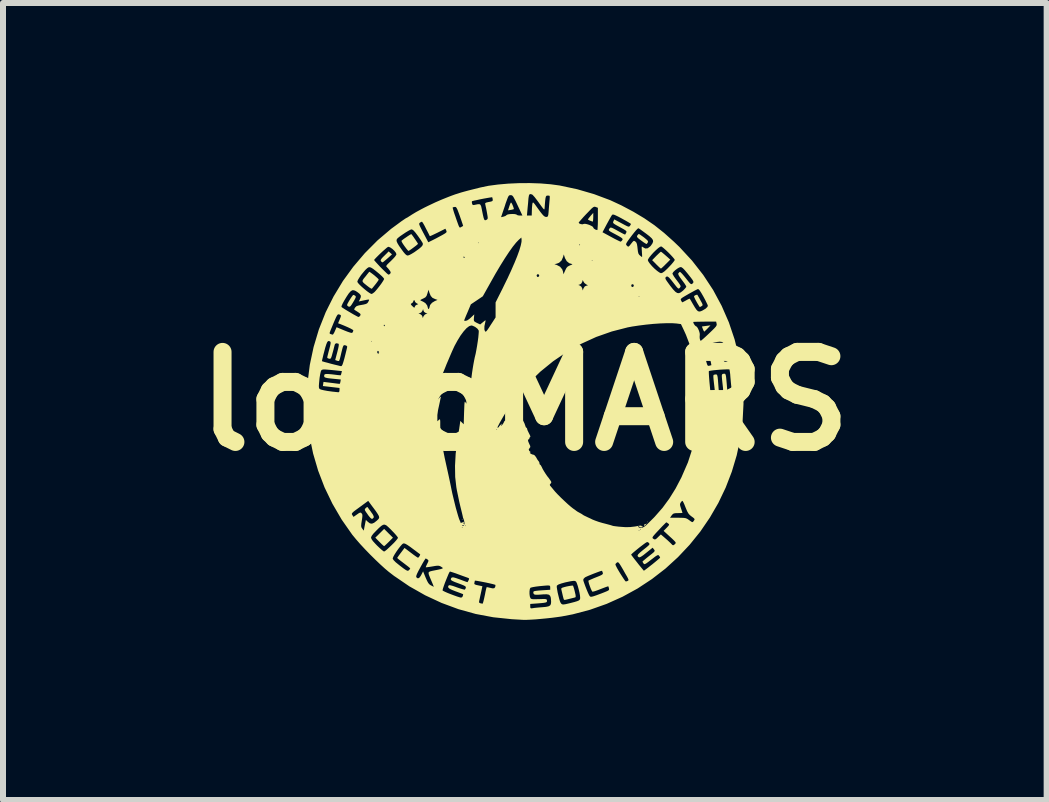
<source format=kicad_pcb>
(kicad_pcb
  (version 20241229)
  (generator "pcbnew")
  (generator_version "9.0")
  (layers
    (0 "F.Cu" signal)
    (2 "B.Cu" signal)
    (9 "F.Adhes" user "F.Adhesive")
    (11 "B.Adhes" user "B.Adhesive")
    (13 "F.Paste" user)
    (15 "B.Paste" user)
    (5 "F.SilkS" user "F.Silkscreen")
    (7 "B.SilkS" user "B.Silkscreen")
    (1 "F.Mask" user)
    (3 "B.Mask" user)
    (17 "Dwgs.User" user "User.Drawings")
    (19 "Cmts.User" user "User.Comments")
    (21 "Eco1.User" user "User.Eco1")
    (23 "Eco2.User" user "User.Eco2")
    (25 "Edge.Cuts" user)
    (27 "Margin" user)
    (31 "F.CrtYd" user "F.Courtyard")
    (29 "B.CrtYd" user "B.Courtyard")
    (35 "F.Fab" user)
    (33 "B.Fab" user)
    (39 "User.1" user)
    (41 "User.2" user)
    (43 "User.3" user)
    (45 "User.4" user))
  (footprint "logoMARS"
    (layer "F.Cu")
    (at 5.693 3.634)
    (property "Reference" "logoMARS" (at 0 0 0) (layer "F.SilkS") (effects (font (size 1.5 1.5) (thickness 0.3))))
    (attr board_only exclude_from_pos_files exclude_from_bom)
    (fp_poly (pts (xy -2.434 -0.807) (xy -2.44 -0.801) (xy -2.446 -0.807) (xy -2.44 -0.813)) (stroke (width 0) (type solid)) (fill yes) (layer "F.SilkS"))
    (fp_poly (pts (xy -1.332 -0.41) (xy -1.339 -0.403) (xy -1.345 -0.41) (xy -1.339 -0.416)) (stroke (width 0) (type solid)) (fill yes) (layer "F.SilkS"))
    (fp_poly (pts (xy -1.038 1.973) (xy -1.044 1.979) (xy -1.05 1.973) (xy -1.044 1.966)) (stroke (width 0) (type solid)) (fill yes) (layer "F.SilkS"))
    (fp_poly (pts (xy -0.436 0.436) (xy -0.442 0.442) (xy -0.448 0.436) (xy -0.442 0.429)) (stroke (width 0) (type solid)) (fill yes) (layer "F.SilkS"))
    (fp_poly (pts (xy -0.269 0.295) (xy -0.275 0.301) (xy -0.282 0.295) (xy -0.275 0.288)) (stroke (width 0) (type solid)) (fill yes) (layer "F.SilkS"))
    (fp_poly (pts (xy 2.049 2.011) (xy 2.043 2.017) (xy 2.037 2.011) (xy 2.043 2.005)) (stroke (width 0) (type solid)) (fill yes) (layer "F.SilkS"))
    (fp_poly (pts (xy 2.022 2.049) (xy 2.019 2.053) (xy 1.999 2.075) (xy 1.991 2.079) (xy 1.99 2.067) (xy 1.99 2.062) (xy 1.993 2.049) (xy 1.996 2.049) (xy 2.01 2.048) (xy 2.023 2.04) (xy 2.031 2.036)) (stroke (width 0) (type solid)) (fill yes) (layer "F.SilkS"))
    (fp_poly (pts (xy 1.14 -3.065) (xy 1.138 -3.025) (xy 1.135 -2.999) (xy 1.13 -2.992) (xy 1.113 -2.998) (xy 1.086 -3.008) (xy 1.061 -3.02) (xy 1.051 -3.029) (xy 1.059 -3.041) (xy 1.079 -3.067) (xy 1.095 -3.087) (xy 1.14 -3.138)) (stroke (width 0) (type solid)) (fill yes) (layer "F.SilkS"))
    (fp_poly (pts (xy -2.271 2.2) (xy -2.197 2.273) (xy -2.267 2.344) (xy -2.301 2.377) (xy -2.328 2.402) (xy -2.343 2.414) (xy -2.344 2.414) (xy -2.356 2.406) (xy -2.381 2.384) (xy -2.413 2.352) (xy -2.421 2.344) (xy -2.491 2.273) (xy -2.417 2.2) (xy -2.344 2.127)) (stroke (width 0) (type solid)) (fill yes) (layer "F.SilkS"))
    (fp_poly (pts (xy -0.22 -3.3) (xy -0.207 -3.275) (xy -0.194 -3.243) (xy -0.185 -3.215) (xy -0.183 -3.2) (xy -0.184 -3.2) (xy -0.199 -3.195) (xy -0.229 -3.188) (xy -0.235 -3.187) (xy -0.28 -3.18) (xy -0.259 -3.245) (xy -0.246 -3.282) (xy -0.235 -3.306) (xy -0.23 -3.311)) (stroke (width 0) (type solid)) (fill yes) (layer "F.SilkS"))
    (fp_poly (pts (xy 3.043 -1.211) (xy 3.015 -1.183) (xy 2.995 -1.164) (xy 2.988 -1.159) (xy 2.981 -1.17) (xy 2.969 -1.195) (xy 2.967 -1.201) (xy 2.956 -1.229) (xy 2.951 -1.244) (xy 2.951 -1.244) (xy 2.963 -1.247) (xy 2.994 -1.251) (xy 3.023 -1.255) (xy 3.093 -1.264)) (stroke (width 0) (type solid)) (fill yes) (layer "F.SilkS"))
    (fp_poly (pts (xy -2.241 -2.471) (xy -2.213 -2.446) (xy -2.288 -2.379) (xy -2.324 -2.348) (xy -2.353 -2.324) (xy -2.37 -2.313) (xy -2.371 -2.312) (xy -2.385 -2.321) (xy -2.396 -2.332) (xy -2.402 -2.345) (xy -2.397 -2.36) (xy -2.38 -2.384) (xy -2.346 -2.419) (xy -2.34 -2.424) (xy -2.268 -2.496)) (stroke (width 0) (type solid)) (fill yes) (layer "F.SilkS"))
    (fp_poly (pts (xy -2.613 1.774) (xy -2.593 1.802) (xy -2.566 1.838) (xy -2.563 1.843) (xy -2.532 1.887) (xy -2.518 1.916) (xy -2.517 1.935) (xy -2.519 1.939) (xy -2.535 1.957) (xy -2.552 1.959) (xy -2.573 1.943) (xy -2.603 1.907) (xy -2.617 1.887) (xy -2.646 1.846) (xy -2.662 1.82) (xy -2.666 1.804) (xy -2.661 1.792) (xy -2.651 1.781) (xy -2.632 1.765) (xy -2.622 1.762)) (stroke (width 0) (type solid)) (fill yes) (layer "F.SilkS"))
    (fp_poly (pts (xy 2.28 -2.483) (xy 2.306 -2.462) (xy 2.341 -2.432) (xy 2.349 -2.425) (xy 2.423 -2.359) (xy 2.349 -2.285) (xy 2.314 -2.25) (xy 2.286 -2.224) (xy 2.269 -2.21) (xy 2.267 -2.21) (xy 2.255 -2.218) (xy 2.231 -2.24) (xy 2.198 -2.272) (xy 2.19 -2.28) (xy 2.121 -2.35) (xy 2.19 -2.421) (xy 2.224 -2.454) (xy 2.251 -2.479) (xy 2.266 -2.491) (xy 2.267 -2.491)) (stroke (width 0) (type solid)) (fill yes) (layer "F.SilkS"))
    (fp_poly (pts (xy -2.842 -1.767) (xy -2.827 -1.758) (xy -2.817 -1.748) (xy -2.816 -1.734) (xy -2.825 -1.712) (xy -2.845 -1.674) (xy -2.854 -1.66) (xy -2.883 -1.612) (xy -2.904 -1.584) (xy -2.921 -1.574) (xy -2.937 -1.577) (xy -2.949 -1.585) (xy -2.959 -1.595) (xy -2.96 -1.609) (xy -2.95 -1.632) (xy -2.929 -1.669) (xy -2.92 -1.684) (xy -2.894 -1.725) (xy -2.873 -1.755) (xy -2.86 -1.77) (xy -2.859 -1.771)) (stroke (width 0) (type solid)) (fill yes) (layer "F.SilkS"))
    (fp_poly (pts (xy 1.914 -2.779) (xy 1.943 -2.759) (xy 1.981 -2.732) (xy 1.986 -2.728) (xy 2.025 -2.696) (xy 2.046 -2.675) (xy 2.053 -2.66) (xy 2.049 -2.645) (xy 2.049 -2.644) (xy 2.034 -2.624) (xy 2.026 -2.619) (xy 2.011 -2.627) (xy 1.982 -2.645) (xy 1.945 -2.672) (xy 1.937 -2.678) (xy 1.897 -2.708) (xy 1.875 -2.729) (xy 1.868 -2.744) (xy 1.871 -2.757) (xy 1.874 -2.761) (xy 1.89 -2.781) (xy 1.9 -2.786)) (stroke (width 0) (type solid)) (fill yes) (layer "F.SilkS"))
    (fp_poly (pts (xy 2.875 -1.772) (xy 2.882 -1.759) (xy 2.899 -1.73) (xy 2.921 -1.691) (xy 2.924 -1.684) (xy 2.948 -1.641) (xy 2.96 -1.615) (xy 2.961 -1.6) (xy 2.954 -1.59) (xy 2.946 -1.585) (xy 2.924 -1.572) (xy 2.915 -1.569) (xy 2.907 -1.579) (xy 2.89 -1.607) (xy 2.867 -1.645) (xy 2.864 -1.651) (xy 2.841 -1.693) (xy 2.825 -1.727) (xy 2.818 -1.746) (xy 2.818 -1.746) (xy 2.828 -1.759) (xy 2.849 -1.77) (xy 2.869 -1.774)) (stroke (width 0) (type solid)) (fill yes) (layer "F.SilkS"))
    (fp_poly (pts (xy -2.581 -2.152) (xy -2.557 -2.135) (xy -2.525 -2.111) (xy -2.491 -2.083) (xy -2.46 -2.056) (xy -2.44 -2.036) (xy -2.434 -2.027) (xy -2.442 -2.01) (xy -2.467 -1.975) (xy -2.508 -1.923) (xy -2.548 -1.874) (xy -2.561 -1.877) (xy -2.587 -1.893) (xy -2.619 -1.917) (xy -2.665 -1.953) (xy -2.693 -1.979) (xy -2.704 -1.998) (xy -2.7 -2.018) (xy -2.682 -2.045) (xy -2.656 -2.076) (xy -2.627 -2.113) (xy -2.604 -2.141) (xy -2.593 -2.156) (xy -2.592 -2.157)) (stroke (width 0) (type solid)) (fill yes) (layer "F.SilkS"))
    (fp_poly (pts (xy -1.862 -2.747) (xy -1.834 -2.706) (xy -1.808 -2.668) (xy -1.789 -2.639) (xy -1.78 -2.623) (xy -1.78 -2.622) (xy -1.79 -2.611) (xy -1.815 -2.59) (xy -1.848 -2.565) (xy -1.883 -2.539) (xy -1.915 -2.517) (xy -1.936 -2.505) (xy -1.94 -2.504) (xy -1.95 -2.514) (xy -1.971 -2.539) (xy -1.998 -2.575) (xy -2.004 -2.583) (xy -2.031 -2.622) (xy -2.049 -2.653) (xy -2.055 -2.671) (xy -2.055 -2.673) (xy -2.041 -2.685) (xy -2.015 -2.705) (xy -1.98 -2.729) (xy -1.945 -2.753) (xy -1.914 -2.773) (xy -1.894 -2.783) (xy -1.89 -2.784)) (stroke (width 0) (type solid)) (fill yes) (layer "F.SilkS"))
    (fp_poly (pts (xy 0.802 3.072) (xy 0.808 3.086) (xy 0.819 3.119) (xy 0.831 3.164) (xy 0.832 3.17) (xy 0.844 3.221) (xy 0.848 3.252) (xy 0.843 3.266) (xy 0.841 3.267) (xy 0.82 3.273) (xy 0.784 3.282) (xy 0.743 3.292) (xy 0.703 3.302) (xy 0.673 3.309) (xy 0.662 3.311) (xy 0.65 3.302) (xy 0.649 3.301) (xy 0.644 3.285) (xy 0.635 3.251) (xy 0.628 3.221) (xy 0.618 3.178) (xy 0.61 3.143) (xy 0.607 3.13) (xy 0.608 3.118) (xy 0.623 3.107) (xy 0.655 3.097) (xy 0.698 3.086) (xy 0.745 3.077) (xy 0.781 3.072) (xy 0.801 3.071)) (stroke (width 0) (type solid)) (fill yes) (layer "F.SilkS"))
    (fp_poly (pts (xy 0.263 -3.628) (xy 0.431 -3.614) (xy 0.579 -3.594) (xy 0.871 -3.532) (xy 1.153 -3.45) (xy 1.423 -3.349) (xy 1.608 -3.263) (xy 1.808 -3.157) (xy 1.99 -3.048) (xy 2.159 -2.932) (xy 2.32 -2.804) (xy 2.481 -2.66) (xy 2.576 -2.569) (xy 2.785 -2.343) (xy 2.972 -2.104) (xy 3.137 -1.853) (xy 3.279 -1.589) (xy 3.399 -1.314) (xy 3.495 -1.029) (xy 3.568 -0.733) (xy 3.6 -0.555) (xy 3.634 -0.256) (xy 3.643 0.04) (xy 3.628 0.332) (xy 3.59 0.619) (xy 3.53 0.9) (xy 3.448 1.174) (xy 3.346 1.439) (xy 3.224 1.694) (xy 3.082 1.939) (xy 2.923 2.172) (xy 2.746 2.391) (xy 2.552 2.597) (xy 2.343 2.788) (xy 2.118 2.962) (xy 1.88 3.119) (xy 1.628 3.257) (xy 1.363 3.376) (xy 1.086 3.474) (xy 0.799 3.55) (xy 0.611 3.586) (xy 0.54 3.596) (xy 0.457 3.607) (xy 0.365 3.617) (xy 0.271 3.626) (xy 0.181 3.634) (xy 0.098 3.639) (xy 0.03 3.642) (xy -0.02 3.642) (xy -0.026 3.642) (xy -0.05 3.641) (xy -0.094 3.638) (xy -0.152 3.635) (xy -0.218 3.631) (xy -0.228 3.63) (xy -0.525 3.599) (xy -0.818 3.544) (xy -1.106 3.464) (xy -1.387 3.36) (xy -1.66 3.233) (xy -1.804 3.151) (xy -1.371 3.151) (xy -1.359 3.16) (xy -1.329 3.175) (xy -1.286 3.194) (xy -1.235 3.214) (xy -1.182 3.234) (xy -1.132 3.252) (xy -1.091 3.265) (xy -1.064 3.272) (xy -1.061 3.272) (xy -1.042 3.262) (xy -1.033 3.244) (xy -1.028 3.222) (xy -1.028 3.214) (xy -1.041 3.209) (xy -1.072 3.197) (xy -1.117 3.18) (xy -1.153 3.167) (xy -1.214 3.143) (xy -1.254 3.123) (xy -1.274 3.105) (xy -1.278 3.087) (xy -1.27 3.071) (xy -1.26 3.065) (xy -1.237 3.067) (xy -1.199 3.077) (xy -1.142 3.097) (xy -1.135 3.1) (xy -1.082 3.118) (xy -1.038 3.131) (xy -1.009 3.138) (xy -1 3.139) (xy -0.988 3.122) (xy -0.983 3.107) (xy -0.983 3.095) (xy -0.992 3.083) (xy -1.015 3.07) (xy -1.056 3.053) (xy -1.088 3.041) (xy -0.842 3.041) (xy -0.832 3.052) (xy -0.806 3.061) (xy -0.778 3.067) (xy -0.707 3.082) (xy -0.731 3.193) (xy -0.743 3.247) (xy -0.753 3.294) (xy -0.76 3.326) (xy -0.762 3.333) (xy -0.761 3.356) (xy -0.74 3.366) (xy -0.74 3.366) (xy -0.714 3.371) (xy -0.703 3.373) (xy -0.698 3.362) (xy -0.689 3.331) (xy -0.678 3.285) (xy -0.668 3.239) (xy -0.662 3.211) (xy 0.078 3.211) (xy 0.083 3.251) (xy 0.091 3.275) (xy 0.099 3.287) (xy 0.112 3.294) (xy 0.135 3.298) (xy 0.172 3.298) (xy 0.23 3.297) (xy 0.235 3.297) (xy 0.294 3.295) (xy 0.332 3.295) (xy 0.354 3.298) (xy 0.364 3.304) (xy 0.368 3.315) (xy 0.369 3.32) (xy 0.369 3.335) (xy 0.363 3.346) (xy 0.346 3.353) (xy 0.314 3.359) (xy 0.264 3.364) (xy 0.202 3.369) (xy 0.09 3.377) (xy 0.09 3.416) (xy 0.092 3.442) (xy 0.103 3.451) (xy 0.131 3.448) (xy 0.163 3.443) (xy 0.212 3.438) (xy 0.268 3.433) (xy 0.285 3.432) (xy 0.35 3.426) (xy 0.394 3.417) (xy 0.421 3.402) (xy 0.434 3.379) (xy 0.438 3.345) (xy 0.437 3.323) (xy 0.433 3.274) (xy 0.422 3.242) (xy 0.401 3.223) (xy 0.364 3.216) (xy 0.309 3.217) (xy 0.275 3.22) (xy 0.215 3.224) (xy 0.176 3.223) (xy 0.154 3.217) (xy 0.144 3.202) (xy 0.141 3.181) (xy 0.145 3.171) (xy 0.158 3.164) (xy 0.185 3.159) (xy 0.23 3.154) (xy 0.282 3.15) (xy 0.423 3.141) (xy 0.423 3.105) (xy 0.423 3.096) (xy 0.532 3.096) (xy 0.538 3.136) (xy 0.547 3.187) (xy 0.56 3.241) (xy 0.573 3.293) (xy 0.586 3.335) (xy 0.597 3.359) (xy 0.609 3.375) (xy 0.623 3.384) (xy 0.645 3.386) (xy 0.679 3.381) (xy 0.731 3.369) (xy 0.76 3.362) (xy 0.826 3.345) (xy 0.872 3.331) (xy 0.9 3.319) (xy 0.915 3.306) (xy 0.921 3.29) (xy 0.922 3.274) (xy 0.919 3.237) (xy 0.91 3.187) (xy 0.897 3.133) (xy 0.883 3.08) (xy 0.868 3.036) (xy 0.856 3.009) (xy 0.853 3.005) (xy 0.838 2.995) (xy 0.817 2.992) (xy 0.782 2.996) (xy 0.753 3.001) (xy 0.673 3.018) (xy 0.608 3.036) (xy 0.561 3.053) (xy 0.536 3.07) (xy 0.533 3.075) (xy 0.532 3.096) (xy 0.423 3.096) (xy 0.422 3.088) (xy 0.419 3.077) (xy 0.408 3.071) (xy 0.387 3.069) (xy 0.35 3.071) (xy 0.295 3.076) (xy 0.242 3.081) (xy 0.185 3.088) (xy 0.137 3.096) (xy 0.104 3.104) (xy 0.093 3.108) (xy 0.083 3.13) (xy 0.078 3.167) (xy 0.078 3.211) (xy -0.662 3.211) (xy -0.657 3.183) (xy -0.647 3.137) (xy -0.639 3.107) (xy -0.637 3.098) (xy -0.623 3.098) (xy -0.594 3.105) (xy -0.588 3.106) (xy -0.541 3.117) (xy -0.512 3.116) (xy -0.497 3.101) (xy -0.493 3.092) (xy -0.489 3.068) (xy -0.491 3.059) (xy -0.506 3.054) (xy -0.539 3.045) (xy -0.586 3.034) (xy -0.64 3.022) (xy -0.696 3.011) (xy -0.749 3.001) (xy -0.793 2.993) (xy -0.823 2.989) (xy -0.833 2.99) (xy -0.836 3.007) (xy -0.84 3.025) (xy -0.842 3.041) (xy -1.088 3.041) (xy -1.107 3.034) (xy -1.166 3.012) (xy -1.204 2.995) (xy -1.225 2.982) (xy -1.233 2.97) (xy -1.232 2.961) (xy -1.225 2.943) (xy -1.211 2.935) (xy -1.186 2.935) (xy -1.147 2.946) (xy -1.09 2.966) (xy -1.076 2.971) (xy -1.026 2.99) (xy -0.985 3.005) (xy -0.96 3.013) (xy -0.954 3.014) (xy -0.947 3.001) (xy -0.936 2.981) (xy -0.934 2.976) (xy 0.973 2.976) (xy 0.978 2.998) (xy 0.991 3.036) (xy 1.009 3.085) (xy 1.029 3.136) (xy 1.049 3.184) (xy 1.067 3.223) (xy 1.079 3.244) (xy 1.079 3.244) (xy 1.088 3.253) (xy 1.1 3.258) (xy 1.118 3.256) (xy 1.148 3.248) (xy 1.192 3.233) (xy 1.256 3.209) (xy 1.265 3.206) (xy 1.326 3.182) (xy 1.367 3.165) (xy 1.391 3.153) (xy 1.402 3.142) (xy 1.404 3.13) (xy 1.402 3.119) (xy 1.395 3.094) (xy 1.39 3.083) (xy 1.378 3.086) (xy 1.346 3.097) (xy 1.301 3.114) (xy 1.26 3.13) (xy 1.208 3.15) (xy 1.164 3.165) (xy 1.135 3.172) (xy 1.125 3.172) (xy 1.113 3.153) (xy 1.098 3.12) (xy 1.083 3.08) (xy 1.069 3.04) (xy 1.061 3.007) (xy 1.059 2.99) (xy 1.06 2.989) (xy 1.075 2.981) (xy 1.109 2.966) (xy 1.155 2.946) (xy 1.188 2.933) (xy 1.243 2.911) (xy 1.277 2.895) (xy 1.295 2.882) (xy 1.301 2.87) (xy 1.299 2.858) (xy 1.29 2.834) (xy 1.286 2.825) (xy 1.272 2.827) (xy 1.241 2.837) (xy 1.198 2.853) (xy 1.148 2.872) (xy 1.098 2.892) (xy 1.052 2.911) (xy 1.017 2.927) (xy 1.002 2.935) (xy 0.98 2.957) (xy 0.973 2.976) (xy -0.934 2.976) (xy -0.928 2.958) (xy -0.935 2.947) (xy -0.938 2.946) (xy -0.956 2.939) (xy -0.992 2.926) (xy -1.042 2.908) (xy -1.094 2.889) (xy -1.15 2.868) (xy -1.198 2.852) (xy -1.233 2.841) (xy -1.247 2.837) (xy -1.256 2.848) (xy -1.271 2.878) (xy -1.289 2.922) (xy -1.31 2.973) (xy -1.331 3.026) (xy -1.349 3.076) (xy -1.363 3.118) (xy -1.37 3.146) (xy -1.371 3.151) (xy -1.804 3.151) (xy -1.923 3.084) (xy -2.159 2.923) (xy -1.81 2.923) (xy -1.806 2.934) (xy -1.783 2.951) (xy -1.761 2.944) (xy -1.737 2.914) (xy -1.725 2.893) (xy -1.695 2.834) (xy -1.652 2.939) (xy -1.628 2.993) (xy -1.608 3.029) (xy -1.588 3.052) (xy -1.564 3.068) (xy -1.563 3.068) (xy -1.534 3.083) (xy -1.517 3.092) (xy -1.516 3.093) (xy -1.52 3.082) (xy -1.531 3.053) (xy -1.548 3.012) (xy -1.556 2.994) (xy -1.582 2.932) (xy -1.599 2.889) (xy -1.604 2.861) (xy -1.598 2.845) (xy -1.578 2.835) (xy -1.543 2.826) (xy -1.508 2.819) (xy -1.443 2.806) (xy -1.399 2.796) (xy -1.375 2.788) (xy -1.366 2.781) (xy -1.371 2.773) (xy -1.386 2.763) (xy -1.393 2.758) (xy -1.414 2.746) (xy -1.434 2.741) (xy -1.46 2.74) (xy -1.499 2.745) (xy -1.539 2.752) (xy -1.588 2.76) (xy -1.626 2.765) (xy -1.648 2.767) (xy -1.65 2.767) (xy -1.647 2.754) (xy -1.635 2.726) (xy -1.633 2.722) (xy 1.509 2.722) (xy 1.518 2.743) (xy 1.536 2.779) (xy 1.562 2.824) (xy 1.591 2.872) (xy 1.621 2.919) (xy 1.648 2.96) (xy 1.669 2.99) (xy 1.682 3.003) (xy 1.683 3.003) (xy 1.706 2.997) (xy 1.715 2.992) (xy 1.723 2.987) (xy 1.727 2.981) (xy 1.726 2.97) (xy 1.718 2.951) (xy 1.702 2.92) (xy 1.675 2.874) (xy 1.641 2.813) (xy 1.607 2.755) (xy 1.583 2.716) (xy 1.566 2.693) (xy 1.553 2.683) (xy 1.543 2.683) (xy 1.532 2.689) (xy 1.513 2.708) (xy 1.509 2.722) (xy -1.633 2.722) (xy -1.626 2.708) (xy -1.61 2.675) (xy -1.605 2.656) (xy -1.612 2.644) (xy -1.621 2.636) (xy -1.643 2.623) (xy -1.652 2.619) (xy -1.66 2.63) (xy -1.679 2.659) (xy -1.704 2.702) (xy -1.734 2.756) (xy -1.74 2.767) (xy -1.774 2.83) (xy -1.796 2.875) (xy -1.807 2.904) (xy -1.81 2.923) (xy -2.159 2.923) (xy -2.176 2.912) (xy -2.267 2.842) (xy -2.331 2.788) (xy -2.407 2.719) (xy -2.491 2.639) (xy -2.508 2.622) (xy -2.201 2.622) (xy -2.187 2.646) (xy -2.152 2.682) (xy -2.094 2.729) (xy -2.075 2.744) (xy -2.024 2.783) (xy -1.988 2.808) (xy -1.964 2.821) (xy -1.949 2.825) (xy -1.937 2.82) (xy -1.931 2.815) (xy -1.914 2.796) (xy -1.909 2.787) (xy -1.918 2.776) (xy -1.944 2.754) (xy -1.983 2.724) (xy -2.017 2.698) (xy -2.062 2.664) (xy -2.098 2.636) (xy -2.12 2.617) (xy -2.126 2.611) (xy -2.119 2.599) (xy -2.1 2.572) (xy -2.073 2.535) (xy -2.065 2.525) (xy -2.004 2.444) (xy -1.897 2.525) (xy -1.852 2.559) (xy -1.814 2.586) (xy -1.788 2.603) (xy -1.779 2.607) (xy -1.767 2.598) (xy -1.753 2.578) (xy -1.744 2.558) (xy -1.744 2.556) (xy 1.771 2.556) (xy 1.78 2.569) (xy 1.801 2.597) (xy 1.83 2.635) (xy 1.865 2.679) (xy 1.9 2.724) (xy 1.934 2.765) (xy 1.961 2.798) (xy 1.979 2.819) (xy 1.983 2.824) (xy 1.995 2.816) (xy 2.022 2.796) (xy 2.061 2.766) (xy 2.109 2.728) (xy 2.121 2.719) (xy 2.17 2.679) (xy 2.211 2.645) (xy 2.24 2.62) (xy 2.254 2.607) (xy 2.254 2.606) (xy 2.248 2.591) (xy 2.237 2.575) (xy 2.228 2.565) (xy 2.217 2.563) (xy 2.2 2.57) (xy 2.172 2.588) (xy 2.131 2.62) (xy 2.107 2.638) (xy 2.058 2.676) (xy 2.025 2.7) (xy 2.003 2.712) (xy 1.99 2.714) (xy 1.981 2.707) (xy 1.977 2.702) (xy 1.964 2.681) (xy 1.96 2.671) (xy 1.97 2.661) (xy 1.996 2.639) (xy 2.033 2.608) (xy 2.068 2.58) (xy 2.115 2.543) (xy 2.145 2.518) (xy 2.16 2.501) (xy 2.163 2.488) (xy 2.158 2.477) (xy 2.151 2.468) (xy 2.129 2.44) (xy 2.023 2.525) (xy 1.973 2.565) (xy 1.937 2.589) (xy 1.914 2.6) (xy 1.899 2.599) (xy 1.898 2.598) (xy 1.882 2.585) (xy 1.878 2.57) (xy 1.888 2.551) (xy 1.915 2.524) (xy 1.96 2.486) (xy 1.979 2.471) (xy 2.027 2.433) (xy 2.057 2.407) (xy 2.073 2.39) (xy 2.077 2.378) (xy 2.071 2.367) (xy 2.064 2.359) (xy 2.053 2.35) (xy 2.042 2.346) (xy 2.027 2.35) (xy 2.005 2.364) (xy 1.971 2.389) (xy 1.921 2.427) (xy 1.903 2.441) (xy 1.854 2.481) (xy 1.813 2.515) (xy 1.784 2.541) (xy 1.771 2.555) (xy 1.771 2.556) (xy -1.744 2.556) (xy -1.744 2.55) (xy -1.756 2.541) (xy -1.783 2.521) (xy -1.821 2.492) (xy -1.851 2.47) (xy -1.911 2.425) (xy -1.955 2.395) (xy -1.986 2.377) (xy -2.008 2.369) (xy -2.023 2.369) (xy -2.027 2.37) (xy -2.046 2.385) (xy -2.074 2.417) (xy -2.106 2.458) (xy -2.139 2.505) (xy -2.168 2.55) (xy -2.19 2.589) (xy -2.2 2.616) (xy -2.201 2.622) (xy -2.508 2.622) (xy -2.578 2.553) (xy -2.663 2.465) (xy -2.743 2.379) (xy -2.812 2.3) (xy -2.835 2.272) (xy -2.562 2.272) (xy -2.554 2.296) (xy -2.531 2.33) (xy -2.489 2.376) (xy -2.462 2.404) (xy -2.42 2.444) (xy -2.383 2.477) (xy -2.356 2.498) (xy -2.345 2.504) (xy -2.329 2.496) (xy -2.3 2.473) (xy -2.262 2.438) (xy -2.221 2.399) (xy -2.178 2.357) (xy -2.144 2.319) (xy -2.121 2.29) (xy -2.113 2.275) (xy -2.116 2.27) (xy 2.127 2.27) (xy 2.128 2.28) (xy 2.137 2.289) (xy 2.142 2.292) (xy 2.16 2.302) (xy 2.175 2.301) (xy 2.196 2.287) (xy 2.218 2.265) (xy 2.266 2.219) (xy 2.34 2.283) (xy 2.38 2.318) (xy 2.415 2.351) (xy 2.438 2.373) (xy 2.439 2.375) (xy 2.46 2.396) (xy 2.476 2.399) (xy 2.497 2.384) (xy 2.501 2.379) (xy 2.511 2.369) (xy 2.514 2.358) (xy 2.507 2.344) (xy 2.487 2.322) (xy 2.453 2.289) (xy 2.419 2.258) (xy 2.312 2.16) (xy 2.363 2.108) (xy 2.391 2.078) (xy 2.403 2.06) (xy 2.401 2.049) (xy 2.388 2.037) (xy 2.367 2.022) (xy 2.357 2.018) (xy 2.346 2.027) (xy 2.322 2.051) (xy 2.286 2.087) (xy 2.244 2.132) (xy 2.232 2.145) (xy 2.184 2.196) (xy 2.153 2.231) (xy 2.134 2.255) (xy 2.127 2.27) (xy -2.116 2.27) (xy -2.122 2.259) (xy -2.146 2.229) (xy -2.18 2.191) (xy -2.218 2.152) (xy 1.896 2.152) (xy 1.902 2.158) (xy 1.909 2.152) (xy 1.902 2.145) (xy 1.896 2.152) (xy -2.218 2.152) (xy -2.221 2.148) (xy -2.23 2.139) (xy 1.921 2.139) (xy 1.928 2.145) (xy 1.934 2.139) (xy 1.928 2.133) (xy 1.921 2.139) (xy -2.23 2.139) (xy -2.269 2.101) (xy -2.269 2.101) (xy -1.05 2.101) (xy -1.044 2.107) (xy -1.038 2.101) (xy -1.044 2.094) (xy -1.05 2.101) (xy -2.269 2.101) (xy -2.304 2.07) (xy -2.312 2.066) (xy -1.042 2.066) (xy -1.039 2.076) (xy -1.031 2.077) (xy -1.014 2.075) (xy -1.014 2.075) (xy -0.999 2.075) (xy -0.993 2.081) (xy -0.986 2.075) (xy -0.993 2.069) (xy -0.999 2.075) (xy -1.014 2.075) (xy -1.012 2.074) (xy -1.021 2.064) (xy -1.038 2.063) (xy -1.042 2.066) (xy -2.312 2.066) (xy -2.333 2.056) (xy -2.36 2.058) (xy -2.391 2.077) (xy -2.432 2.113) (xy -2.475 2.156) (xy -2.523 2.206) (xy -2.551 2.243) (xy -2.562 2.27) (xy -2.562 2.272) (xy -2.835 2.272) (xy -2.867 2.233) (xy -2.874 2.225) (xy -3.051 1.972) (xy -3.104 1.881) (xy -2.882 1.881) (xy -2.876 1.893) (xy -2.873 1.897) (xy -2.854 1.927) (xy -2.797 1.887) (xy -2.764 1.864) (xy -2.743 1.855) (xy -2.729 1.858) (xy -2.72 1.867) (xy -2.71 1.88) (xy -2.706 1.897) (xy -2.707 1.926) (xy -2.713 1.972) (xy -2.716 1.989) (xy -2.724 2.04) (xy -2.726 2.074) (xy -2.724 2.096) (xy -2.715 2.113) (xy -2.708 2.123) (xy -2.683 2.156) (xy -2.666 2.067) (xy -2.648 1.977) (xy -2.614 2.01) (xy -2.58 2.035) (xy -2.547 2.04) (xy -2.511 2.025) (xy -2.471 1.994) (xy -2.447 1.972) (xy -2.431 1.953) (xy -2.426 1.934) (xy -2.432 1.911) (xy -2.45 1.879) (xy -2.48 1.834) (xy -2.525 1.773) (xy -2.527 1.771) (xy -2.609 1.66) (xy -2.751 1.764) (xy -2.807 1.805) (xy -2.846 1.834) (xy -2.869 1.855) (xy -2.88 1.869) (xy -2.882 1.881) (xy -3.104 1.881) (xy -3.205 1.708) (xy -3.336 1.436) (xy -3.443 1.157) (xy -3.527 0.871) (xy -3.587 0.581) (xy -3.617 0.333) (xy -1.482 0.333) (xy -1.469 0.338) (xy -1.444 0.323) (xy -1.435 0.314) (xy -1.423 0.303) (xy -1.415 0.301) (xy -1.411 0.312) (xy -1.409 0.341) (xy -1.409 0.39) (xy -1.409 0.405) (xy -1.406 0.488) (xy -1.398 0.58) (xy -1.384 0.684) (xy -1.363 0.802) (xy -1.336 0.939) (xy -1.312 1.048) (xy -1.292 1.139) (xy -1.271 1.234) (xy -1.251 1.327) (xy -1.234 1.409) (xy -1.223 1.464) (xy -1.208 1.536) (xy -1.189 1.615) (xy -1.169 1.698) (xy -1.149 1.778) (xy -1.128 1.852) (xy -1.11 1.914) (xy -1.095 1.961) (xy -1.085 1.985) (xy -1.074 2.009) (xy -1.073 2.019) (xy -1.066 2.026) (xy -1.046 2.022) (xy -1.026 2.012) (xy -1.014 2.007) (xy -1.017 2.015) (xy -1.021 2.037) (xy -1.018 2.043) (xy -1.008 2.055) (xy -1.005 2.045) (xy -1.007 2.016) (xy -1.013 1.984) (xy -1.021 1.962) (xy -1.031 1.936) (xy -1.032 1.928) (xy -1.036 1.909) (xy -1.045 1.87) (xy -1.058 1.817) (xy -1.073 1.756) (xy -1.074 1.752) (xy -1.093 1.671) (xy -1.112 1.579) (xy -1.131 1.488) (xy -1.141 1.431) (xy -1.16 1.263) (xy -1.163 1.077) (xy -1.152 0.874) (xy -1.124 0.659) (xy -1.124 0.653) (xy -1.112 0.579) (xy -1.101 0.508) (xy -1.096 0.474) (xy -0.474 0.474) (xy -0.468 0.48) (xy -0.461 0.474) (xy -0.468 0.468) (xy -0.474 0.474) (xy -1.096 0.474) (xy -1.091 0.447) (xy -1.091 0.442) (xy -0.456 0.442) (xy -0.456 0.442) (xy -0.436 0.437) (xy -0.432 0.428) (xy -0.425 0.415) (xy -0.404 0.394) (xy -0.4 0.389) (xy -0.382 0.374) (xy -0.378 0.374) (xy -0.381 0.377) (xy -0.395 0.399) (xy -0.397 0.408) (xy -0.39 0.407) (xy -0.374 0.391) (xy -0.371 0.387) (xy -0.354 0.361) (xy -0.346 0.342) (xy -0.346 0.342) (xy -0.336 0.327) (xy -0.326 0.322) (xy -0.313 0.321) (xy -0.314 0.327) (xy -0.312 0.335) (xy -0.293 0.334) (xy -0.265 0.325) (xy -0.247 0.316) (xy -0.219 0.306) (xy -0.175 0.298) (xy -0.135 0.292) (xy -0.053 0.285) (xy -0.027 0.328) (xy -0.007 0.366) (xy 0.006 0.403) (xy 0.007 0.406) (xy 0.016 0.432) (xy 0.027 0.442) (xy 0.037 0.452) (xy 0.038 0.461) (xy 0.044 0.482) (xy 0.06 0.516) (xy 0.071 0.538) (xy 0.087 0.57) (xy 0.093 0.591) (xy 0.09 0.596) (xy 0.078 0.606) (xy 0.077 0.615) (xy 0.07 0.632) (xy 0.064 0.634) (xy 0.052 0.644) (xy 0.057 0.672) (xy 0.075 0.714) (xy 0.09 0.746) (xy 0.091 0.765) (xy 0.082 0.776) (xy 0.065 0.802) (xy 0.073 0.827) (xy 0.086 0.838) (xy 0.1 0.848) (xy 0.092 0.852) (xy 0.09 0.852) (xy 0.082 0.857) (xy 0.09 0.868) (xy 0.109 0.88) (xy 0.132 0.889) (xy 0.143 0.89) (xy 0.164 0.902) (xy 0.187 0.932) (xy 0.192 0.941) (xy 0.21 0.973) (xy 0.226 0.995) (xy 0.23 0.999) (xy 0.241 1.017) (xy 0.243 1.032) (xy 0.248 1.052) (xy 0.255 1.057) (xy 0.266 1.067) (xy 0.281 1.094) (xy 0.283 1.098) (xy 0.297 1.128) (xy 0.321 1.169) (xy 0.347 1.21) (xy 0.371 1.245) (xy 0.384 1.262) (xy 0.395 1.275) (xy 0.414 1.302) (xy 0.42 1.31) (xy 0.438 1.338) (xy 0.441 1.355) (xy 0.432 1.37) (xy 0.429 1.372) (xy 0.416 1.389) (xy 0.42 1.405) (xy 0.433 1.42) (xy 0.458 1.45) (xy 0.475 1.471) (xy 0.506 1.508) (xy 0.551 1.556) (xy 0.604 1.609) (xy 0.662 1.664) (xy 0.717 1.715) (xy 0.767 1.758) (xy 0.806 1.789) (xy 0.814 1.794) (xy 0.841 1.813) (xy 0.857 1.826) (xy 0.858 1.826) (xy 0.873 1.837) (xy 0.901 1.853) (xy 0.909 1.857) (xy 0.94 1.874) (xy 0.959 1.886) (xy 0.961 1.888) (xy 0.976 1.898) (xy 1.004 1.913) (xy 1.012 1.916) (xy 1.049 1.934) (xy 1.097 1.956) (xy 1.127 1.971) (xy 1.172 1.989) (xy 1.231 2.01) (xy 1.296 2.029) (xy 1.324 2.036) (xy 1.377 2.05) (xy 1.422 2.062) (xy 1.451 2.071) (xy 1.459 2.074) (xy 1.475 2.078) (xy 1.51 2.083) (xy 1.56 2.089) (xy 1.596 2.092) (xy 1.681 2.098) (xy 1.757 2.096) (xy 1.837 2.087) (xy 1.905 2.074) (xy 1.937 2.072) (xy 1.947 2.081) (xy 1.955 2.089) (xy 1.962 2.087) (xy 1.971 2.085) (xy 1.968 2.091) (xy 1.952 2.101) (xy 1.929 2.103) (xy 1.911 2.097) (xy 1.909 2.092) (xy 1.899 2.082) (xy 1.894 2.081) (xy 1.887 2.087) (xy 1.895 2.099) (xy 1.922 2.114) (xy 1.959 2.108) (xy 2.001 2.083) (xy 2.021 2.067) (xy 2.148 1.941) (xy 2.419 1.941) (xy 2.551 1.941) (xy 2.612 1.942) (xy 2.653 1.944) (xy 2.682 1.949) (xy 2.705 1.959) (xy 2.729 1.975) (xy 2.735 1.979) (xy 2.768 2.003) (xy 2.787 2.014) (xy 2.798 2.012) (xy 2.809 2.001) (xy 2.813 1.995) (xy 2.826 1.976) (xy 2.827 1.962) (xy 2.813 1.946) (xy 2.783 1.923) (xy 2.775 1.918) (xy 2.746 1.894) (xy 2.724 1.868) (xy 2.704 1.832) (xy 2.682 1.78) (xy 2.677 1.768) (xy 2.658 1.72) (xy 2.641 1.683) (xy 2.629 1.662) (xy 2.626 1.659) (xy 2.612 1.668) (xy 2.597 1.687) (xy 2.587 1.707) (xy 2.585 1.727) (xy 2.593 1.758) (xy 2.602 1.785) (xy 2.615 1.824) (xy 2.624 1.851) (xy 2.626 1.859) (xy 2.614 1.862) (xy 2.584 1.863) (xy 2.55 1.864) (xy 2.506 1.865) (xy 2.479 1.871) (xy 2.461 1.884) (xy 2.446 1.902) (xy 2.419 1.941) (xy 2.148 1.941) (xy 2.166 1.922) (xy 2.294 1.776) (xy 2.407 1.622) (xy 2.511 1.455) (xy 2.609 1.268) (xy 2.611 1.263) (xy 2.717 1.019) (xy 2.799 0.766) (xy 2.86 0.502) (xy 2.883 0.352) (xy 2.891 0.279) (xy 2.896 0.186) (xy 2.899 0.082) (xy 2.899 -0.028) (xy 2.898 -0.136) (xy 2.894 -0.235) (xy 2.888 -0.32) (xy 2.884 -0.352) (xy 2.862 -0.488) (xy 3.065 -0.488) (xy 3.066 -0.453) (xy 3.069 -0.403) (xy 3.074 -0.341) (xy 3.075 -0.328) (xy 3.091 -0.16) (xy 3.129 -0.16) (xy 3.167 -0.16) (xy 3.159 -0.231) (xy 3.15 -0.308) (xy 3.144 -0.363) (xy 3.141 -0.401) (xy 3.141 -0.424) (xy 3.144 -0.436) (xy 3.15 -0.441) (xy 3.16 -0.443) (xy 3.169 -0.445) (xy 3.186 -0.447) (xy 3.198 -0.443) (xy 3.206 -0.429) (xy 3.212 -0.402) (xy 3.217 -0.356) (xy 3.222 -0.291) (xy 3.231 -0.173) (xy 3.269 -0.173) (xy 3.292 -0.174) (xy 3.302 -0.182) (xy 3.303 -0.204) (xy 3.3 -0.234) (xy 3.291 -0.313) (xy 3.285 -0.37) (xy 3.282 -0.409) (xy 3.282 -0.433) (xy 3.287 -0.447) (xy 3.295 -0.454) (xy 3.306 -0.457) (xy 3.309 -0.457) (xy 3.326 -0.459) (xy 3.337 -0.455) (xy 3.346 -0.44) (xy 3.352 -0.411) (xy 3.357 -0.364) (xy 3.363 -0.298) (xy 3.372 -0.186) (xy 3.41 -0.186) (xy 3.435 -0.187) (xy 3.444 -0.197) (xy 3.443 -0.223) (xy 3.441 -0.234) (xy 3.437 -0.269) (xy 3.432 -0.32) (xy 3.427 -0.378) (xy 3.425 -0.399) (xy 3.421 -0.452) (xy 3.415 -0.496) (xy 3.411 -0.523) (xy 3.409 -0.529) (xy 3.394 -0.531) (xy 3.36 -0.531) (xy 3.313 -0.529) (xy 3.257 -0.526) (xy 3.199 -0.521) (xy 3.146 -0.516) (xy 3.102 -0.51) (xy 3.073 -0.505) (xy 3.066 -0.502) (xy 3.065 -0.488) (xy 2.862 -0.488) (xy 2.859 -0.504) (xy 2.825 -0.663) (xy 2.783 -0.821) (xy 2.76 -0.896) (xy 2.975 -0.896) (xy 2.977 -0.864) (xy 2.986 -0.814) (xy 3.002 -0.744) (xy 3.003 -0.738) (xy 3.019 -0.674) (xy 3.031 -0.631) (xy 3.04 -0.605) (xy 3.049 -0.592) (xy 3.059 -0.589) (xy 3.073 -0.591) (xy 3.073 -0.591) (xy 3.098 -0.598) (xy 3.108 -0.601) (xy 3.106 -0.613) (xy 3.1 -0.645) (xy 3.089 -0.691) (xy 3.079 -0.735) (xy 3.066 -0.789) (xy 3.057 -0.835) (xy 3.053 -0.865) (xy 3.054 -0.874) (xy 3.069 -0.88) (xy 3.102 -0.889) (xy 3.147 -0.901) (xy 3.154 -0.902) (xy 3.247 -0.924) (xy 3.281 -0.788) (xy 3.296 -0.729) (xy 3.307 -0.69) (xy 3.317 -0.668) (xy 3.327 -0.659) (xy 3.339 -0.657) (xy 3.345 -0.658) (xy 3.37 -0.663) (xy 3.38 -0.667) (xy 3.379 -0.681) (xy 3.373 -0.714) (xy 3.363 -0.759) (xy 3.35 -0.812) (xy 3.336 -0.865) (xy 3.323 -0.914) (xy 3.311 -0.953) (xy 3.303 -0.975) (xy 3.301 -0.977) (xy 3.281 -0.988) (xy 3.249 -0.992) (xy 3.209 -0.988) (xy 3.158 -0.978) (xy 3.104 -0.964) (xy 3.052 -0.948) (xy 3.01 -0.932) (xy 2.984 -0.918) (xy 2.98 -0.913) (xy 2.975 -0.896) (xy 2.76 -0.896) (xy 2.736 -0.971) (xy 2.684 -1.107) (xy 2.651 -1.18) (xy 2.601 -1.285) (xy 2.527 -1.295) (xy 2.455 -1.3) (xy 2.362 -1.3) (xy 2.255 -1.296) (xy 2.139 -1.288) (xy 2.019 -1.276) (xy 1.9 -1.261) (xy 1.787 -1.244) (xy 1.713 -1.23) (xy 1.449 -1.162) (xy 1.19 -1.071) (xy 0.94 -0.957) (xy 0.7 -0.821) (xy 0.472 -0.666) (xy 0.258 -0.492) (xy 0.06 -0.3) (xy -0.12 -0.093) (xy -0.281 0.13) (xy -0.288 0.141) (xy -0.322 0.195) (xy -0.357 0.252) (xy -0.389 0.308) (xy -0.418 0.359) (xy -0.44 0.402) (xy -0.454 0.43) (xy -0.456 0.442) (xy -1.091 0.442) (xy -1.085 0.403) (xy -1.083 0.388) (xy -1.075 0.328) (xy -1.046 0.356) (xy -1.018 0.384) (xy -1.012 0.186) (xy -1.009 0.111) (xy -1.007 0.059) (xy -1.004 0.026) (xy -1.001 0.01) (xy -0.996 0.008) (xy -0.989 0.016) (xy -0.986 0.023) (xy -0.977 0.037) (xy -0.972 0.04) (xy -0.968 0.029) (xy -0.966 0.000381) (xy -0.964 -0.048) (xy -0.963 -0.086) (xy -0.961 -0.137) (xy -0.958 -0.189) (xy -0.954 -0.236) (xy -0.949 -0.276) (xy -0.944 -0.304) (xy -0.94 -0.316) (xy -0.937 -0.307) (xy -0.936 -0.299) (xy -0.926 -0.274) (xy -0.916 -0.263) (xy -0.904 -0.256) (xy -0.899 -0.265) (xy -0.897 -0.294) (xy -0.897 -0.309) (xy -0.894 -0.347) (xy -0.888 -0.404) (xy -0.879 -0.473) (xy -0.868 -0.546) (xy -0.856 -0.618) (xy -0.844 -0.682) (xy -0.834 -0.731) (xy -0.832 -0.739) (xy -0.819 -0.792) (xy -0.807 -0.856) (xy -0.795 -0.925) (xy -0.784 -0.996) (xy -0.775 -1.062) (xy -0.77 -1.118) (xy -0.767 -1.16) (xy -0.769 -1.18) (xy -0.791 -1.21) (xy -0.828 -1.238) (xy -0.868 -1.257) (xy -0.892 -1.262) (xy -0.928 -1.25) (xy -0.971 -1.217) (xy -1.019 -1.164) (xy -1.071 -1.094) (xy -1.123 -1.009) (xy -1.171 -0.921) (xy -1.19 -0.88) (xy -1.215 -0.825) (xy -1.243 -0.76) (xy -1.273 -0.689) (xy -1.304 -0.617) (xy -1.332 -0.546) (xy -1.358 -0.483) (xy -1.378 -0.43) (xy -1.391 -0.393) (xy -1.396 -0.375) (xy -1.396 -0.375) (xy -1.387 -0.372) (xy -1.371 -0.378) (xy -1.351 -0.385) (xy -1.345 -0.381) (xy -1.349 -0.359) (xy -1.359 -0.319) (xy -1.375 -0.268) (xy -1.392 -0.211) (xy -1.411 -0.155) (xy -1.428 -0.106) (xy -1.441 -0.073) (xy -1.473 -0.000001) (xy -1.434 -0.045) (xy -1.41 -0.071) (xy -1.4 -0.078) (xy -1.399 -0.069) (xy -1.402 -0.058) (xy -1.407 -0.033) (xy -1.416 0.011) (xy -1.428 0.067) (xy -1.441 0.126) (xy -1.454 0.188) (xy -1.466 0.243) (xy -1.475 0.285) (xy -1.481 0.308) (xy -1.482 0.333) (xy -3.617 0.333) (xy -3.622 0.287) (xy -3.633 -0.01) (xy -3.622 -0.256) (xy -3.431 -0.256) (xy -3.43 -0.23) (xy -3.425 -0.213) (xy -3.418 -0.204) (xy -3.396 -0.194) (xy -3.351 -0.183) (xy -3.287 -0.171) (xy -3.206 -0.16) (xy -3.111 -0.15) (xy -3.103 -0.149) (xy -3.091 -0.159) (xy -3.087 -0.184) (xy -3.087 -0.221) (xy -3.225 -0.237) (xy -3.364 -0.253) (xy -3.359 -0.287) (xy -3.354 -0.322) (xy -3.224 -0.306) (xy -3.168 -0.299) (xy -3.123 -0.293) (xy -3.093 -0.29) (xy -3.085 -0.289) (xy -3.078 -0.299) (xy -3.072 -0.325) (xy -3.066 -0.362) (xy -3.157 -0.371) (xy -3.229 -0.378) (xy -3.28 -0.384) (xy -3.313 -0.391) (xy -3.332 -0.398) (xy -3.341 -0.408) (xy -3.343 -0.422) (xy -3.343 -0.424) (xy -3.34 -0.44) (xy -3.33 -0.45) (xy -3.308 -0.454) (xy -3.27 -0.453) (xy -3.213 -0.448) (xy -3.165 -0.442) (xy -3.119 -0.436) (xy -3.084 -0.433) (xy -3.067 -0.432) (xy -3.067 -0.432) (xy -3.061 -0.446) (xy -3.055 -0.469) (xy -3.047 -0.502) (xy -3.209 -0.519) (xy -3.277 -0.525) (xy -3.325 -0.529) (xy -3.356 -0.529) (xy -3.376 -0.525) (xy -3.387 -0.518) (xy -3.389 -0.517) (xy -3.399 -0.495) (xy -3.409 -0.451) (xy -3.419 -0.39) (xy -3.422 -0.361) (xy -3.428 -0.298) (xy -3.431 -0.256) (xy -3.622 -0.256) (xy -3.62 -0.308) (xy -3.582 -0.605) (xy -3.569 -0.668) (xy -3.379 -0.668) (xy -3.379 -0.667) (xy -3.365 -0.662) (xy -3.331 -0.652) (xy -3.284 -0.64) (xy -3.231 -0.625) (xy -3.176 -0.611) (xy -3.125 -0.599) (xy -3.086 -0.589) (xy -3.063 -0.584) (xy -3.06 -0.584) (xy -3.05 -0.589) (xy -3.038 -0.609) (xy -3.025 -0.647) (xy -3.008 -0.705) (xy -2.999 -0.74) (xy -2.984 -0.8) (xy -2.982 -0.809) (xy -2.458 -0.809) (xy -2.451 -0.797) (xy -2.436 -0.793) (xy -2.428 -0.806) (xy -2.429 -0.82) (xy -2.442 -0.837) (xy -2.448 -0.839) (xy -2.458 -0.829) (xy -2.458 -0.809) (xy -2.982 -0.809) (xy -2.971 -0.853) (xy -2.962 -0.891) (xy -2.959 -0.91) (xy -2.959 -0.911) (xy -2.97 -0.924) (xy -2.991 -0.932) (xy -3.005 -0.934) (xy -3.015 -0.932) (xy -3.024 -0.921) (xy -3.033 -0.899) (xy -3.043 -0.862) (xy -3.057 -0.806) (xy -3.068 -0.759) (xy -3.08 -0.71) (xy -3.089 -0.682) (xy -3.098 -0.67) (xy -3.111 -0.67) (xy -3.125 -0.674) (xy -3.159 -0.686) (xy -3.124 -0.819) (xy -3.109 -0.879) (xy -3.101 -0.919) (xy -3.099 -0.943) (xy -3.102 -0.955) (xy -3.108 -0.96) (xy -3.142 -0.966) (xy -3.162 -0.953) (xy -3.169 -0.932) (xy -3.177 -0.902) (xy -3.188 -0.857) (xy -3.202 -0.806) (xy -3.204 -0.799) (xy -3.217 -0.751) (xy -3.228 -0.722) (xy -3.238 -0.709) (xy -3.251 -0.707) (xy -3.261 -0.708) (xy -3.284 -0.717) (xy -3.292 -0.727) (xy -3.289 -0.744) (xy -3.28 -0.78) (xy -3.268 -0.828) (xy -3.259 -0.861) (xy -3.244 -0.919) (xy -3.236 -0.957) (xy -3.235 -0.98) (xy -3.24 -0.992) (xy -3.243 -0.994) (xy -3.253 -0.999) (xy -2.562 -0.999) (xy -2.555 -0.993) (xy -2.549 -0.999) (xy -2.555 -1.005) (xy -2.562 -0.999) (xy -3.253 -0.999) (xy -3.262 -1.003) (xy -3.278 -1.001) (xy -3.292 -0.984) (xy -3.307 -0.949) (xy -3.324 -0.895) (xy -3.34 -0.834) (xy -3.356 -0.774) (xy -3.368 -0.722) (xy -3.377 -0.686) (xy -3.379 -0.668) (xy -3.569 -0.668) (xy -3.519 -0.902) (xy -3.45 -1.133) (xy -3.253 -1.133) (xy -3.242 -1.121) (xy -3.21 -1.111) (xy -3.199 -1.109) (xy -3.19 -1.119) (xy -3.174 -1.146) (xy -3.163 -1.171) (xy -3.136 -1.233) (xy -3.009 -1.18) (xy -2.951 -1.157) (xy -2.912 -1.144) (xy -2.888 -1.138) (xy -2.875 -1.141) (xy -2.869 -1.147) (xy -2.858 -1.171) (xy -2.857 -1.18) (xy -2.868 -1.191) (xy -2.899 -1.209) (xy -2.947 -1.232) (xy -3.007 -1.258) (xy -3.029 -1.267) (xy -2.352 -1.267) (xy -2.35 -1.262) (xy -2.339 -1.249) (xy -2.337 -1.249) (xy -2.331 -1.259) (xy -2.331 -1.262) (xy -2.341 -1.274) (xy -2.345 -1.274) (xy -2.352 -1.267) (xy -3.029 -1.267) (xy -3.076 -1.286) (xy -3.083 -1.288) (xy -3.111 -1.299) (xy -3.092 -1.344) (xy -1.012 -1.344) (xy -1.001 -1.34) (xy -0.984 -1.339) (xy -0.959 -1.347) (xy -0.925 -1.37) (xy -0.899 -1.393) (xy -0.842 -1.447) (xy -0.848 -1.39) (xy -0.85 -1.354) (xy -0.845 -1.334) (xy -0.825 -1.319) (xy -0.799 -1.305) (xy -0.744 -1.279) (xy -0.696 -1.318) (xy -0.668 -1.341) (xy -0.655 -1.348) (xy -0.654 -1.341) (xy -0.657 -1.325) (xy -0.673 -1.251) (xy -0.674 -1.197) (xy -0.666 -1.172) (xy -0.659 -1.161) (xy -0.65 -1.159) (xy -0.639 -1.168) (xy -0.62 -1.192) (xy -0.593 -1.232) (xy -0.569 -1.27) (xy -0.536 -1.32) (xy 2.805 -1.32) (xy 2.812 -1.296) (xy 2.828 -1.27) (xy 2.845 -1.252) (xy 2.852 -1.249) (xy 2.868 -1.238) (xy 2.886 -1.209) (xy 2.902 -1.172) (xy 2.913 -1.134) (xy 2.915 -1.104) (xy 2.914 -1.099) (xy 2.912 -1.07) (xy 2.915 -1.038) (xy 2.923 -1.014) (xy 2.931 -1.006) (xy 2.943 -1.015) (xy 2.97 -1.038) (xy 3.008 -1.072) (xy 3.054 -1.115) (xy 3.072 -1.132) (xy 3.124 -1.182) (xy 3.16 -1.218) (xy 3.183 -1.244) (xy 3.194 -1.263) (xy 3.197 -1.279) (xy 3.195 -1.291) (xy 3.187 -1.326) (xy 2.996 -1.326) (xy 2.929 -1.325) (xy 2.873 -1.324) (xy 2.831 -1.323) (xy 2.808 -1.321) (xy 2.805 -1.32) (xy -0.536 -1.32) (xy -0.487 -1.396) (xy -0.487 -1.521) (xy -0.487 -1.646) (xy -0.46 -1.7) (xy 2.598 -1.7) (xy 2.598 -1.689) (xy 2.602 -1.68) (xy 2.615 -1.657) (xy 2.62 -1.648) (xy 2.632 -1.651) (xy 2.659 -1.665) (xy 2.683 -1.678) (xy 2.717 -1.697) (xy 2.74 -1.707) (xy 2.747 -1.708) (xy 2.755 -1.696) (xy 2.772 -1.667) (xy 2.795 -1.627) (xy 2.799 -1.62) (xy 2.834 -1.561) (xy 2.861 -1.522) (xy 2.884 -1.5) (xy 2.907 -1.494) (xy 2.933 -1.499) (xy 2.963 -1.513) (xy 3.013 -1.543) (xy 3.042 -1.572) (xy 3.049 -1.591) (xy 3.043 -1.609) (xy 3.026 -1.644) (xy 3.003 -1.691) (xy 2.975 -1.743) (xy 2.94 -1.804) (xy 2.914 -1.844) (xy 2.895 -1.865) (xy 2.882 -1.869) (xy 2.864 -1.86) (xy 2.828 -1.842) (xy 2.781 -1.816) (xy 2.726 -1.786) (xy 2.725 -1.785) (xy 2.668 -1.752) (xy 2.63 -1.729) (xy 2.608 -1.713) (xy 2.598 -1.7) (xy -0.46 -1.7) (xy -0.439 -1.742) (xy 1.896 -1.742) (xy 1.902 -1.736) (xy 1.909 -1.742) (xy 1.902 -1.748) (xy 1.896 -1.742) (xy -0.439 -1.742) (xy -0.371 -1.877) (xy -0.342 -1.937) (xy 0.891 -1.937) (xy 0.919 -1.926) (xy 0.943 -1.907) (xy 0.956 -1.88) (xy 0.965 -1.845) (xy 0.977 -1.88) (xy 0.998 -1.912) (xy 1.02 -1.923) (xy 1.024 -1.924) (xy 1.772 -1.924) (xy 1.781 -1.906) (xy 1.793 -1.902) (xy 1.81 -1.911) (xy 1.813 -1.916) (xy 1.815 -1.936) (xy 1.801 -1.949) (xy 1.783 -1.947) (xy 1.779 -1.944) (xy 1.772 -1.924) (xy 1.024 -1.924) (xy 1.052 -1.931) (xy 1.023 -1.946) (xy 0.993 -1.969) (xy 0.979 -1.99) (xy 0.964 -2.019) (xy 0.956 -1.987) (xy 0.939 -1.959) (xy 0.919 -1.946) (xy 0.891 -1.937) (xy -0.342 -1.937) (xy -0.297 -2.029) (xy -0.286 -2.051) (xy 2.341 -2.051) (xy 2.346 -2.033) (xy 2.363 -2.005) (xy 2.393 -1.963) (xy 2.423 -1.922) (xy 2.47 -1.863) (xy 2.508 -1.823) (xy 2.539 -1.803) (xy 2.567 -1.8) (xy 2.597 -1.813) (xy 2.632 -1.84) (xy 2.639 -1.846) (xy 2.667 -1.875) (xy 2.686 -1.899) (xy 2.69 -1.909) (xy 2.682 -1.926) (xy 2.663 -1.957) (xy 2.634 -1.997) (xy 2.618 -2.018) (xy 2.582 -2.067) (xy 2.562 -2.1) (xy 2.555 -2.122) (xy 2.558 -2.131) (xy 2.575 -2.15) (xy 2.583 -2.155) (xy 2.596 -2.147) (xy 2.62 -2.123) (xy 2.652 -2.086) (xy 2.682 -2.049) (xy 2.72 -2.001) (xy 2.746 -1.97) (xy 2.764 -1.954) (xy 2.776 -1.95) (xy 2.787 -1.955) (xy 2.793 -1.96) (xy 2.804 -1.972) (xy 2.809 -1.983) (xy 2.806 -1.999) (xy 2.793 -2.022) (xy 2.768 -2.056) (xy 2.729 -2.105) (xy 2.71 -2.129) (xy 2.666 -2.182) (xy 2.634 -2.215) (xy 2.61 -2.232) (xy 2.596 -2.235) (xy 2.57 -2.227) (xy 2.537 -2.207) (xy 2.502 -2.18) (xy 2.474 -2.153) (xy 2.46 -2.13) (xy 2.459 -2.126) (xy 2.467 -2.108) (xy 2.486 -2.076) (xy 2.514 -2.037) (xy 2.521 -2.028) (xy 2.558 -1.979) (xy 2.581 -1.946) (xy 2.593 -1.925) (xy 2.595 -1.91) (xy 2.589 -1.899) (xy 2.581 -1.889) (xy 2.57 -1.879) (xy 2.56 -1.877) (xy 2.546 -1.886) (xy 2.526 -1.908) (xy 2.495 -1.947) (xy 2.475 -1.973) (xy 2.433 -2.026) (xy 2.403 -2.059) (xy 2.381 -2.076) (xy 2.364 -2.078) (xy 2.349 -2.068) (xy 2.345 -2.063) (xy 2.341 -2.051) (xy -0.286 -2.051) (xy -0.268 -2.091) (xy 0.196 -2.091) (xy 0.206 -2.073) (xy 0.218 -2.069) (xy 0.234 -2.078) (xy 0.238 -2.083) (xy 0.239 -2.102) (xy 0.226 -2.115) (xy 0.207 -2.114) (xy 0.203 -2.111) (xy 0.196 -2.091) (xy -0.268 -2.091) (xy -0.231 -2.17) (xy -0.182 -2.283) (xy 0.493 -2.283) (xy 0.532 -2.27) (xy 0.587 -2.241) (xy 0.623 -2.197) (xy 0.636 -2.16) (xy 0.644 -2.115) (xy 0.673 -2.18) (xy 0.693 -2.22) (xy 0.715 -2.244) (xy 0.746 -2.26) (xy 0.758 -2.265) (xy 0.785 -2.276) (xy 0.793 -2.284) (xy 0.788 -2.285) (xy 0.74 -2.299) (xy 0.698 -2.333) (xy 0.692 -2.344) (xy 1.114 -2.344) (xy 1.121 -2.338) (xy 1.127 -2.344) (xy 1.121 -2.35) (xy 1.114 -2.344) (xy 0.692 -2.344) (xy 0.688 -2.351) (xy 2.049 -2.351) (xy 2.059 -2.326) (xy 2.084 -2.291) (xy 2.119 -2.25) (xy 2.16 -2.209) (xy 2.202 -2.173) (xy 2.239 -2.146) (xy 2.267 -2.133) (xy 2.27 -2.133) (xy 2.294 -2.141) (xy 2.328 -2.165) (xy 2.374 -2.208) (xy 2.399 -2.234) (xy 2.439 -2.276) (xy 2.471 -2.314) (xy 2.492 -2.342) (xy 2.498 -2.355) (xy 2.489 -2.371) (xy 2.465 -2.4) (xy 2.431 -2.437) (xy 2.392 -2.477) (xy 2.352 -2.515) (xy 2.315 -2.548) (xy 2.286 -2.571) (xy 2.271 -2.579) (xy 2.252 -2.572) (xy 2.221 -2.55) (xy 2.184 -2.517) (xy 2.144 -2.478) (xy 2.106 -2.436) (xy 2.075 -2.398) (xy 2.055 -2.367) (xy 2.049 -2.351) (xy 0.688 -2.351) (xy 0.67 -2.382) (xy 0.667 -2.39) (xy 0.649 -2.446) (xy 0.637 -2.402) (xy 0.612 -2.345) (xy 0.571 -2.307) (xy 0.533 -2.292) (xy 0.493 -2.283) (xy -0.182 -2.283) (xy -0.175 -2.298) (xy -0.128 -2.413) (xy -0.092 -2.512) (xy -0.068 -2.593) (xy -0.065 -2.607) (xy 0.909 -2.607) (xy 0.914 -2.596) (xy 0.918 -2.598) (xy 0.92 -2.613) (xy 0.918 -2.615) (xy 0.91 -2.613) (xy 0.909 -2.607) (xy -0.065 -2.607) (xy -0.063 -2.616) (xy 1.687 -2.616) (xy 1.689 -2.605) (xy 1.698 -2.594) (xy 1.701 -2.591) (xy 1.716 -2.577) (xy 1.728 -2.576) (xy 1.743 -2.589) (xy 1.767 -2.619) (xy 1.77 -2.623) (xy 1.796 -2.655) (xy 1.812 -2.67) (xy 1.825 -2.67) (xy 1.842 -2.66) (xy 1.858 -2.643) (xy 1.868 -2.616) (xy 1.875 -2.573) (xy 1.878 -2.545) (xy 1.884 -2.494) (xy 1.892 -2.461) (xy 1.905 -2.44) (xy 1.919 -2.427) (xy 1.941 -2.409) (xy 1.953 -2.402) (xy 1.953 -2.402) (xy 1.954 -2.413) (xy 1.953 -2.444) (xy 1.95 -2.488) (xy 1.95 -2.495) (xy 1.947 -2.542) (xy 1.947 -2.568) (xy 1.951 -2.577) (xy 1.96 -2.572) (xy 1.969 -2.565) (xy 2.007 -2.544) (xy 2.047 -2.548) (xy 2.087 -2.578) (xy 2.1 -2.592) (xy 2.125 -2.628) (xy 2.137 -2.658) (xy 2.134 -2.685) (xy 2.114 -2.714) (xy 2.076 -2.749) (xy 2.023 -2.79) (xy 1.975 -2.825) (xy 1.934 -2.855) (xy 1.905 -2.875) (xy 1.892 -2.882) (xy 1.879 -2.874) (xy 1.854 -2.849) (xy 1.822 -2.811) (xy 1.784 -2.763) (xy 1.776 -2.752) (xy 1.735 -2.697) (xy 1.708 -2.659) (xy 1.692 -2.633) (xy 1.687 -2.616) (xy -0.063 -2.616) (xy -0.055 -2.656) (xy -0.054 -2.693) (xy -0.058 -2.727) (xy -0.103 -2.687) (xy -0.146 -2.642) (xy -0.2 -2.575) (xy -0.262 -2.488) (xy -0.332 -2.382) (xy -0.408 -2.26) (xy -0.49 -2.122) (xy -0.575 -1.971) (xy -0.7 -1.748) (xy -0.799 -1.681) (xy -0.899 -1.614) (xy -0.955 -1.481) (xy -0.978 -1.428) (xy -0.996 -1.384) (xy -1.008 -1.354) (xy -1.012 -1.344) (xy -3.092 -1.344) (xy -3.084 -1.363) (xy -3.068 -1.402) (xy -3.063 -1.425) (xy -3.07 -1.437) (xy -3.09 -1.445) (xy -3.095 -1.446) (xy -3.107 -1.448) (xy -3.118 -1.442) (xy -3.131 -1.424) (xy -3.147 -1.393) (xy -3.169 -1.343) (xy -3.188 -1.299) (xy -3.212 -1.24) (xy -3.233 -1.19) (xy -3.247 -1.153) (xy -3.253 -1.134) (xy -3.253 -1.133) (xy -3.45 -1.133) (xy -3.431 -1.196) (xy -3.426 -1.209) (xy -3.318 -1.481) (xy -3.273 -1.572) (xy -3.055 -1.572) (xy -3.054 -1.57) (xy -3.035 -1.556) (xy -3.001 -1.534) (xy -2.957 -1.507) (xy -2.908 -1.478) (xy -2.859 -1.449) (xy -2.817 -1.426) (xy -2.785 -1.409) (xy -2.77 -1.403) (xy -2.753 -1.413) (xy -2.741 -1.428) (xy -2.736 -1.445) (xy -2.744 -1.46) (xy -2.747 -1.462) (xy -1.772 -1.462) (xy -1.743 -1.452) (xy -1.717 -1.432) (xy -1.707 -1.413) (xy -1.699 -1.385) (xy -1.689 -1.413) (xy -1.669 -1.44) (xy -1.65 -1.452) (xy -1.622 -1.462) (xy -1.651 -1.47) (xy -1.677 -1.488) (xy -1.687 -1.506) (xy -1.695 -1.535) (xy -1.706 -1.506) (xy -1.725 -1.48) (xy -1.744 -1.47) (xy -1.772 -1.462) (xy -2.747 -1.462) (xy -2.77 -1.479) (xy -2.782 -1.487) (xy -2.815 -1.508) (xy -2.837 -1.522) (xy -2.842 -1.526) (xy -2.84 -1.538) (xy -2.827 -1.561) (xy -2.803 -1.584) (xy -2.763 -1.597) (xy -2.745 -1.6) (xy -2.688 -1.61) (xy -2.652 -1.619) (xy -2.643 -1.623) (xy -1.898 -1.623) (xy -1.898 -1.612) (xy -1.881 -1.591) (xy -1.879 -1.59) (xy -1.852 -1.564) (xy -1.836 -1.56) (xy -1.832 -1.576) (xy -1.821 -1.595) (xy -1.803 -1.606) (xy -1.775 -1.617) (xy -1.803 -1.632) (xy -1.825 -1.65) (xy -1.832 -1.666) (xy -1.839 -1.682) (xy -1.843 -1.684) (xy -1.742 -1.684) (xy -1.731 -1.675) (xy -1.705 -1.663) (xy -1.697 -1.66) (xy -1.657 -1.635) (xy -1.627 -1.596) (xy -1.614 -1.552) (xy -1.614 -1.55) (xy -1.608 -1.536) (xy -1.601 -1.537) (xy -1.59 -1.555) (xy -1.588 -1.567) (xy -1.577 -1.604) (xy -1.546 -1.64) (xy -1.502 -1.667) (xy -1.5 -1.668) (xy -1.454 -1.688) (xy -1.492 -1.701) (xy -1.538 -1.722) (xy -1.567 -1.754) (xy -1.588 -1.803) (xy -1.604 -1.857) (xy -1.623 -1.795) (xy -1.637 -1.755) (xy -1.656 -1.731) (xy -1.686 -1.714) (xy -1.691 -1.712) (xy -1.722 -1.697) (xy -1.74 -1.686) (xy -1.742 -1.684) (xy -1.843 -1.684) (xy -1.844 -1.684) (xy -1.856 -1.674) (xy -1.857 -1.666) (xy -1.867 -1.645) (xy -1.882 -1.633) (xy -1.898 -1.623) (xy -2.643 -1.623) (xy -2.628 -1.63) (xy -2.613 -1.647) (xy -2.606 -1.66) (xy -2.596 -1.68) (xy -2.594 -1.691) (xy -2.605 -1.694) (xy -2.633 -1.69) (xy -2.681 -1.68) (xy -2.686 -1.679) (xy -2.766 -1.662) (xy -2.747 -1.698) (xy -2.732 -1.736) (xy -2.733 -1.764) (xy -2.755 -1.791) (xy -2.781 -1.812) (xy -2.818 -1.837) (xy -2.849 -1.849) (xy -2.876 -1.848) (xy -2.903 -1.83) (xy -2.933 -1.796) (xy -2.969 -1.742) (xy -3.01 -1.674) (xy -3.035 -1.628) (xy -3.051 -1.592) (xy -3.055 -1.572) (xy -3.273 -1.572) (xy -3.186 -1.745) (xy -3.036 -1.993) (xy -2.79 -1.993) (xy -2.79 -1.989) (xy -2.779 -1.97) (xy -2.752 -1.94) (xy -2.714 -1.904) (xy -2.671 -1.867) (xy -2.628 -1.832) (xy -2.59 -1.805) (xy -2.562 -1.789) (xy -2.553 -1.787) (xy -2.533 -1.796) (xy -2.505 -1.818) (xy -2.497 -1.826) (xy -2.463 -1.865) (xy -2.428 -1.909) (xy -2.394 -1.954) (xy -2.367 -1.994) (xy -2.349 -2.024) (xy -2.344 -2.038) (xy -2.353 -2.053) (xy -2.378 -2.08) (xy -2.414 -2.113) (xy -2.43 -2.127) (xy -2.486 -2.173) (xy -2.526 -2.204) (xy -2.554 -2.222) (xy -2.575 -2.231) (xy -2.593 -2.233) (xy -2.603 -2.231) (xy -2.626 -2.216) (xy -2.657 -2.187) (xy -2.692 -2.146) (xy -2.728 -2.102) (xy -2.758 -2.057) (xy -2.781 -2.019) (xy -2.79 -1.993) (xy -3.036 -1.993) (xy -3.033 -1.999) (xy -2.858 -2.24) (xy -2.762 -2.353) (xy -2.511 -2.353) (xy -2.502 -2.34) (xy -2.479 -2.314) (xy -2.446 -2.278) (xy -2.408 -2.237) (xy -2.367 -2.196) (xy -2.329 -2.159) (xy -2.298 -2.129) (xy -2.277 -2.112) (xy -2.272 -2.109) (xy -2.252 -2.116) (xy -2.242 -2.126) (xy -2.234 -2.143) (xy -2.242 -2.166) (xy -2.253 -2.181) (xy -2.277 -2.212) (xy -2.299 -2.235) (xy -2.3 -2.236) (xy -2.308 -2.245) (xy -2.306 -2.258) (xy -2.293 -2.276) (xy -2.264 -2.305) (xy -2.23 -2.337) (xy -2.184 -2.384) (xy -2.168 -2.402) (xy -1.025 -2.402) (xy -1.015 -2.389) (xy -1.012 -2.389) (xy -0.999 -2.393) (xy -0.999 -2.395) (xy -1.008 -2.405) (xy -1.012 -2.408) (xy -1.024 -2.407) (xy -1.025 -2.402) (xy -2.168 -2.402) (xy -2.153 -2.421) (xy -2.139 -2.446) (xy -2.139 -2.449) (xy -2.149 -2.475) (xy -2.173 -2.506) (xy -2.205 -2.536) (xy -2.239 -2.56) (xy -2.267 -2.572) (xy -2.278 -2.571) (xy -2.296 -2.56) (xy -2.325 -2.535) (xy -2.363 -2.502) (xy -2.404 -2.464) (xy -2.443 -2.426) (xy -2.477 -2.392) (xy -2.501 -2.366) (xy -2.511 -2.353) (xy -2.511 -2.353) (xy -2.762 -2.353) (xy -2.665 -2.467) (xy -2.454 -2.679) (xy -2.446 -2.686) (xy -2.137 -2.686) (xy -2.135 -2.663) (xy -2.122 -2.633) (xy -2.097 -2.591) (xy -2.06 -2.538) (xy -2.022 -2.486) (xy -1.993 -2.452) (xy -1.972 -2.434) (xy -1.954 -2.427) (xy -1.95 -2.427) (xy -1.926 -2.434) (xy -1.888 -2.454) (xy -1.842 -2.482) (xy -1.818 -2.499) (xy -1.761 -2.54) (xy -1.724 -2.572) (xy -1.704 -2.597) (xy -1.698 -2.618) (xy -1.701 -2.632) (xy -1.704 -2.639) (xy -0.781 -2.639) (xy -0.775 -2.632) (xy -0.769 -2.639) (xy -0.775 -2.645) (xy -0.781 -2.639) (xy -1.704 -2.639) (xy -1.711 -2.65) (xy -1.732 -2.684) (xy -1.762 -2.727) (xy -1.783 -2.757) (xy -1.823 -2.81) (xy -1.853 -2.844) (xy -1.876 -2.86) (xy -1.887 -2.863) (xy -1.908 -2.856) (xy -1.943 -2.837) (xy -1.986 -2.811) (xy -2.032 -2.78) (xy -2.076 -2.75) (xy -2.11 -2.723) (xy -2.129 -2.705) (xy -2.129 -2.704) (xy -2.137 -2.686) (xy -2.446 -2.686) (xy -2.227 -2.872) (xy -2.115 -2.954) (xy -1.76 -2.954) (xy -1.756 -2.937) (xy -1.744 -2.908) (xy -1.722 -2.865) (xy -1.69 -2.803) (xy -1.689 -2.802) (xy -1.608 -2.648) (xy -1.531 -2.686) (xy -1.476 -2.714) (xy -1.415 -2.747) (xy -1.374 -2.769) (xy -1.333 -2.793) (xy -1.311 -2.809) (xy -1.307 -2.815) (xy 1.294 -2.815) (xy 1.438 -2.737) (xy 1.493 -2.707) (xy 1.541 -2.683) (xy 1.576 -2.666) (xy 1.594 -2.658) (xy 1.595 -2.658) (xy 1.611 -2.668) (xy 1.623 -2.683) (xy 1.629 -2.694) (xy 1.628 -2.704) (xy 1.618 -2.716) (xy 1.596 -2.732) (xy 1.558 -2.754) (xy 1.503 -2.784) (xy 1.463 -2.805) (xy 1.424 -2.827) (xy 1.403 -2.843) (xy 1.399 -2.857) (xy 1.408 -2.873) (xy 1.413 -2.881) (xy 1.422 -2.89) (xy 1.434 -2.893) (xy 1.453 -2.888) (xy 1.485 -2.873) (xy 1.533 -2.847) (xy 1.549 -2.838) (xy 1.598 -2.811) (xy 1.638 -2.79) (xy 1.664 -2.778) (xy 1.671 -2.776) (xy 1.679 -2.789) (xy 1.689 -2.807) (xy 1.694 -2.821) (xy 1.691 -2.832) (xy 1.677 -2.846) (xy 1.649 -2.864) (xy 1.602 -2.89) (xy 1.582 -2.901) (xy 1.529 -2.93) (xy 1.495 -2.95) (xy 1.476 -2.965) (xy 1.47 -2.977) (xy 1.472 -2.99) (xy 1.476 -2.998) (xy 1.49 -3.029) (xy 1.612 -2.964) (xy 1.666 -2.935) (xy 1.702 -2.917) (xy 1.724 -2.909) (xy 1.738 -2.91) (xy 1.748 -2.917) (xy 1.751 -2.921) (xy 1.764 -2.943) (xy 1.768 -2.953) (xy 1.757 -2.962) (xy 1.728 -2.98) (xy 1.685 -3.005) (xy 1.631 -3.035) (xy 1.619 -3.042) (xy 1.557 -3.075) (xy 1.513 -3.096) (xy 1.484 -3.108) (xy 1.466 -3.11) (xy 1.456 -3.106) (xy 1.454 -3.105) (xy 1.442 -3.087) (xy 1.421 -3.051) (xy 1.395 -3.004) (xy 1.366 -2.951) (xy 1.294 -2.815) (xy -1.307 -2.815) (xy -1.303 -2.822) (xy -1.306 -2.838) (xy -1.309 -2.844) (xy -1.323 -2.874) (xy -1.45 -2.81) (xy -1.502 -2.785) (xy -1.544 -2.765) (xy -1.572 -2.753) (xy -1.582 -2.75) (xy -1.589 -2.762) (xy -1.604 -2.793) (xy -1.626 -2.836) (xy -1.645 -2.872) (xy -1.67 -2.922) (xy -1.692 -2.961) (xy -1.708 -2.985) (xy -1.714 -2.991) (xy -1.732 -2.984) (xy -1.748 -2.974) (xy -1.756 -2.966) (xy -1.76 -2.954) (xy -2.115 -2.954) (xy -2.06 -2.995) (xy -2.019 -3.023) (xy -1.988 -3.044) (xy -1.97 -3.054) (xy -1.968 -3.055) (xy -1.956 -3.061) (xy -1.928 -3.079) (xy -1.89 -3.103) (xy -1.888 -3.105) (xy -1.812 -3.151) (xy -1.718 -3.202) (xy -1.668 -3.228) (xy -1.202 -3.228) (xy -1.2 -3.214) (xy -1.191 -3.181) (xy -1.177 -3.135) (xy -1.159 -3.084) (xy -1.134 -3.011) (xy -1.115 -2.958) (xy -1.102 -2.923) (xy -1.092 -2.903) (xy -1.084 -2.894) (xy -1.077 -2.893) (xy -1.068 -2.898) (xy -1.06 -2.902) (xy -1.037 -2.915) (xy -1.028 -2.92) (xy -1.031 -2.932) (xy -1.041 -2.964) (xy -1.045 -2.975) (xy 0.897 -2.975) (xy 0.907 -2.961) (xy 0.932 -2.951) (xy 0.96 -2.947) (xy 0.98 -2.953) (xy 1.001 -2.956) (xy 1.034 -2.95) (xy 1.073 -2.938) (xy 1.109 -2.921) (xy 1.134 -2.905) (xy 1.14 -2.893) (xy 1.151 -2.876) (xy 1.177 -2.859) (xy 1.207 -2.851) (xy 1.207 -2.851) (xy 1.211 -2.863) (xy 1.213 -2.895) (xy 1.216 -2.945) (xy 1.217 -3.007) (xy 1.217 -3.036) (xy 1.217 -3.222) (xy 1.182 -3.236) (xy 1.167 -3.24) (xy 1.153 -3.239) (xy 1.136 -3.23) (xy 1.113 -3.211) (xy 1.081 -3.178) (xy 1.035 -3.13) (xy 1.022 -3.117) (xy 0.977 -3.069) (xy 0.94 -3.027) (xy 0.912 -2.995) (xy 0.898 -2.977) (xy 0.897 -2.975) (xy -1.045 -2.975) (xy -1.057 -3.011) (xy -1.077 -3.068) (xy -1.081 -3.081) (xy -1.105 -3.146) (xy -1.122 -3.191) (xy -1.136 -3.218) (xy -1.147 -3.233) (xy -1.158 -3.237) (xy -1.167 -3.237) (xy -1.192 -3.232) (xy -1.202 -3.228) (xy -1.668 -3.228) (xy -1.611 -3.256) (xy -1.497 -3.31) (xy -1.484 -3.316) (xy -0.883 -3.316) (xy -0.879 -3.294) (xy -0.872 -3.274) (xy -0.858 -3.268) (xy -0.829 -3.272) (xy -0.823 -3.274) (xy -0.782 -3.282) (xy -0.756 -3.283) (xy -0.739 -3.272) (xy -0.727 -3.246) (xy -0.717 -3.199) (xy -0.712 -3.173) (xy -0.698 -3.104) (xy -0.687 -3.057) (xy -0.677 -3.028) (xy -0.666 -3.016) (xy -0.652 -3.016) (xy -0.634 -3.025) (xy -0.629 -3.028) (xy -0.621 -3.037) (xy -0.618 -3.054) (xy -0.619 -3.066) (xy -0.396 -3.066) (xy -0.355 -3.075) (xy -0.323 -3.086) (xy -0.304 -3.101) (xy -0.304 -3.101) (xy -0.286 -3.111) (xy -0.252 -3.117) (xy -0.211 -3.119) (xy -0.172 -3.118) (xy -0.143 -3.112) (xy -0.134 -3.106) (xy -0.117 -3.097) (xy -0.086 -3.093) (xy -0.083 -3.093) (xy -0.04 -3.093) (xy 0.035 -3.093) (xy 0.075 -3.093) (xy 0.115 -3.093) (xy 0.117 -3.173) (xy 0.119 -3.223) (xy 0.123 -3.267) (xy 0.126 -3.29) (xy 0.131 -3.306) (xy 0.137 -3.311) (xy 0.148 -3.304) (xy 0.166 -3.282) (xy 0.195 -3.242) (xy 0.211 -3.22) (xy 0.255 -3.159) (xy 0.289 -3.116) (xy 0.314 -3.089) (xy 0.334 -3.075) (xy 0.351 -3.07) (xy 0.363 -3.07) (xy 0.376 -3.074) (xy 0.385 -3.084) (xy 0.391 -3.106) (xy 0.395 -3.144) (xy 0.399 -3.196) (xy 0.404 -3.256) (xy 0.409 -3.314) (xy 0.413 -3.359) (xy 0.414 -3.372) (xy 0.416 -3.406) (xy 0.412 -3.422) (xy 0.396 -3.426) (xy 0.384 -3.426) (xy 0.369 -3.425) (xy 0.358 -3.42) (xy 0.35 -3.406) (xy 0.344 -3.38) (xy 0.339 -3.339) (xy 0.334 -3.279) (xy 0.33 -3.222) (xy 0.328 -3.204) (xy 0.324 -3.195) (xy 0.316 -3.199) (xy 0.3 -3.216) (xy 0.275 -3.25) (xy 0.237 -3.302) (xy 0.234 -3.307) (xy 0.197 -3.357) (xy 0.164 -3.4) (xy 0.137 -3.43) (xy 0.122 -3.444) (xy 0.121 -3.444) (xy 0.095 -3.451) (xy 0.078 -3.447) (xy 0.068 -3.425) (xy 0.061 -3.384) (xy 0.059 -3.362) (xy 0.054 -3.298) (xy 0.047 -3.227) (xy 0.043 -3.183) (xy 0.035 -3.093) (xy -0.04 -3.093) (xy -0.12 -3.263) (xy -0.151 -3.329) (xy -0.175 -3.375) (xy -0.192 -3.406) (xy -0.206 -3.423) (xy -0.219 -3.431) (xy -0.234 -3.433) (xy -0.237 -3.433) (xy -0.251 -3.432) (xy -0.263 -3.427) (xy -0.273 -3.414) (xy -0.285 -3.389) (xy -0.3 -3.349) (xy -0.321 -3.291) (xy -0.334 -3.249) (xy -0.396 -3.066) (xy -0.619 -3.066) (xy -0.621 -3.084) (xy -0.629 -3.131) (xy -0.633 -3.153) (xy -0.643 -3.206) (xy -0.653 -3.251) (xy -0.659 -3.281) (xy -0.661 -3.287) (xy -0.659 -3.3) (xy -0.641 -3.31) (xy -0.602 -3.319) (xy -0.599 -3.319) (xy -0.56 -3.327) (xy -0.54 -3.336) (xy -0.534 -3.349) (xy -0.535 -3.362) (xy -0.54 -3.387) (xy -0.544 -3.398) (xy -0.557 -3.397) (xy -0.59 -3.392) (xy -0.636 -3.384) (xy -0.691 -3.374) (xy -0.747 -3.363) (xy -0.8 -3.351) (xy -0.844 -3.342) (xy -0.873 -3.334) (xy -0.881 -3.331) (xy -0.883 -3.316) (xy -1.484 -3.316) (xy -1.38 -3.361) (xy -1.268 -3.406) (xy -1.21 -3.428) (xy -1.16 -3.446) (xy -1.112 -3.461) (xy -1.062 -3.477) (xy -1.005 -3.493) (xy -0.938 -3.511) (xy -0.854 -3.532) (xy -0.751 -3.558) (xy -0.743 -3.56) (xy -0.604 -3.589) (xy -0.446 -3.61) (xy -0.275 -3.625) (xy -0.096 -3.633) (xy 0.085 -3.634)) (stroke (width 0) (type solid)) (fill yes) (layer "F.SilkS")))
  (gr_rect
    (start -3 -3)
    (end 14.386 10.277)
    (stroke (width 0.1) (type default))
    (fill no)
    (layer "Edge.Cuts")))
</source>
